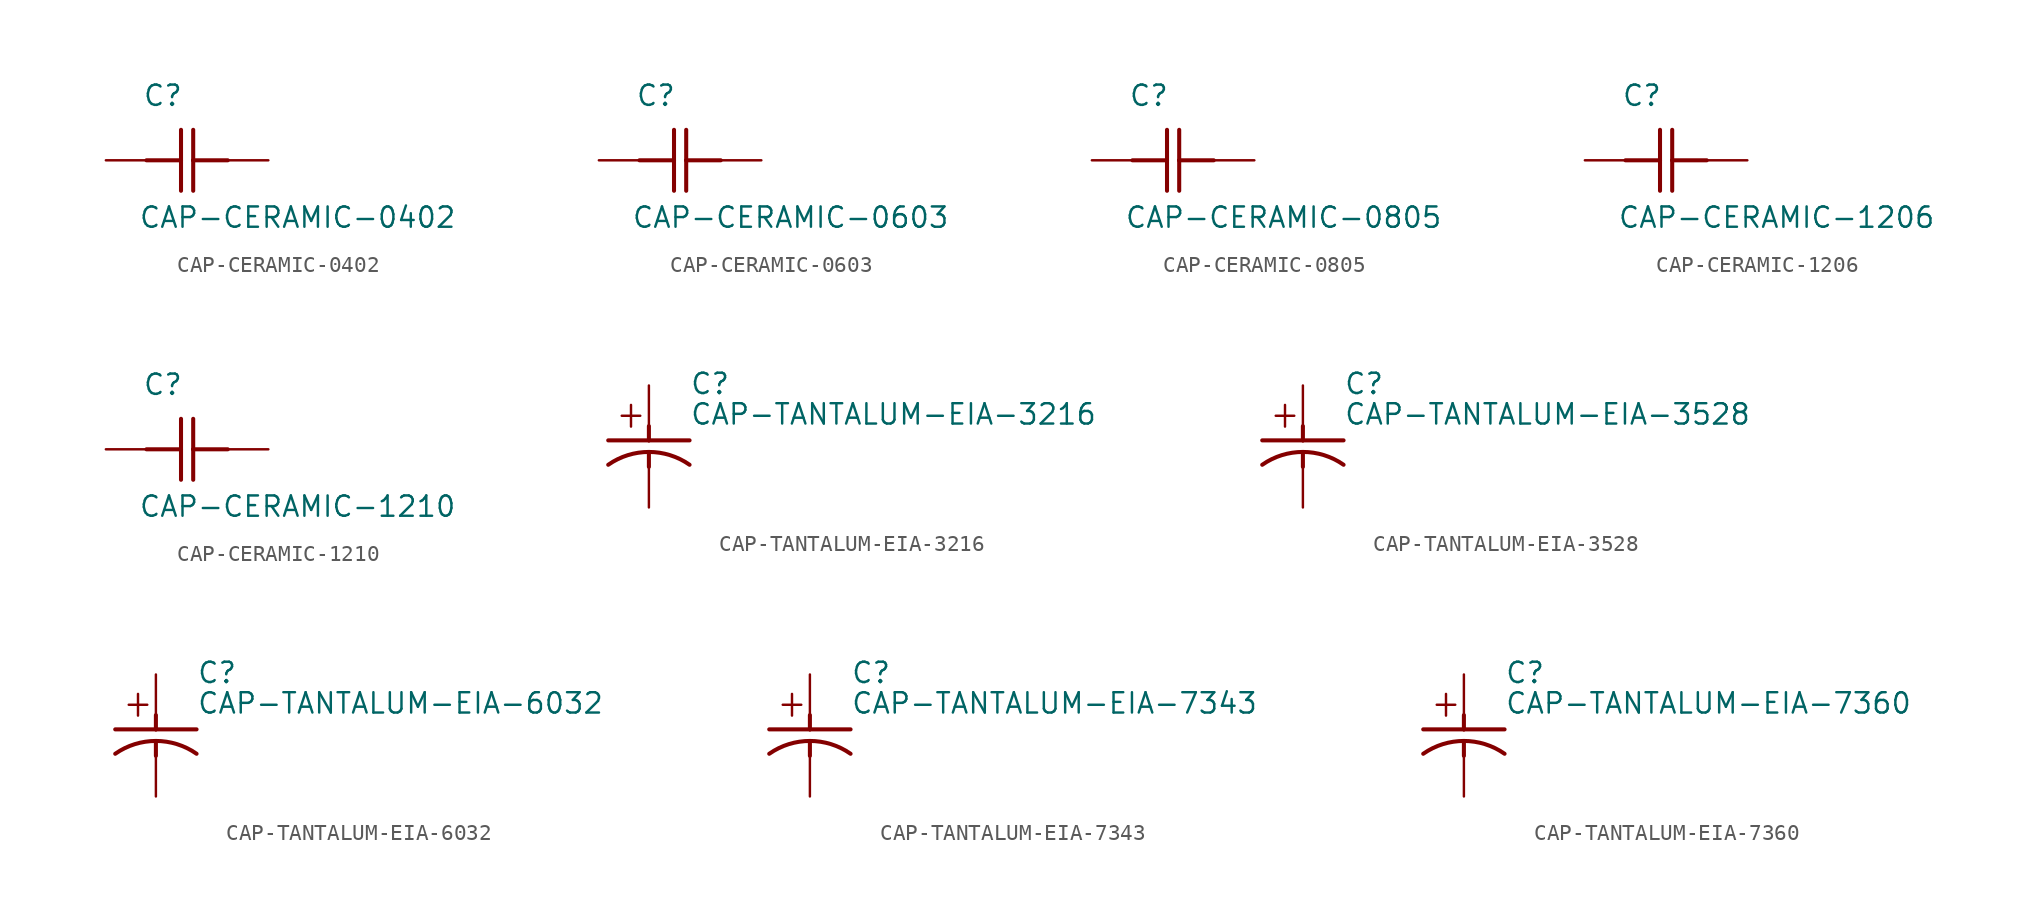
<source format=kicad_sym>
(kicad_symbol_lib
  (version 20211014)
  (generator kicad_symbol_editor)
  (symbol "CAP-CERAMIC-0402"
    (pin_numbers hide)
    (pin_names hide)
    (property "Reference" "C"
      (at -2.794 3.302 0)
      (effects (font (size 1.27 1.27)) (justify left bottom)))
    (property "Value" "CAP-CERAMIC-0402"
      (at -3.048 -4.318 0)
      (effects (font (size 1.27 1.27)) (justify left bottom)))
    (property "Datasheet" ""
      (at 0 0 0))
    (property "ki_description" "CAP 0402  - Ceramic Capacitor   Technical Specifications:    Size: 0402      "
      (at 0 0 0))
    (property "ki_fp_filters" "FlashPCB_Capacitors:CAP-0402"
      (at 0 0 0))
    (symbol "CAP-CERAMIC-0402_1_1"
      (polyline (pts (xy -0.381 1.905) (xy -0.381 0)) (stroke (width 0.254)) (fill (type none)))
      (polyline (pts (xy -0.381 0) (xy -0.381 -1.905)) (stroke (width 0.254)) (fill (type none)))
      (polyline (pts (xy 0.381 1.905) (xy 0.381 0)) (stroke (width 0.254)) (fill (type none)))
      (polyline (pts (xy 0.381 0) (xy 0.381 -1.905)) (stroke (width 0.254)) (fill (type none)))
      (polyline (pts (xy -2.54 0) (xy -0.381 0)) (stroke (width 0.254)) (fill (type none)))
      (polyline (pts (xy 2.54 0) (xy 0.381 0)) (stroke (width 0.254)) (fill (type none)))
      (pin bidirectional line (at -5.08 0 0) (length 2.54) (name "1" (effects (font (size 0 0)))) (number "1" (effects (font (size 0 0)))))
      (pin bidirectional line (at 5.08 0 180) (length 2.54) (name "2" (effects (font (size 0 0)))) (number "2" (effects (font (size 0 0)))))))
  (symbol "CAP-CERAMIC-0603"
    (pin_numbers hide)
    (pin_names hide)
    (property "Reference" "C"
      (at -2.794 3.302 0)
      (effects (font (size 1.27 1.27)) (justify left bottom)))
    (property "Value" "CAP-CERAMIC-0603"
      (at -3.048 -4.318 0)
      (effects (font (size 1.27 1.27)) (justify left bottom)))
    (property "Datasheet" ""
      (at 0 0 0))
    (property "ki_description" "CAP 0603  - Ceramic Capacitor   Technical Specifications:    Size: 0603     "
      (at 0 0 0))
    (property "ki_fp_filters" "FlashPCB_Capacitors:CAP-0603"
      (at 0 0 0))
    (symbol "CAP-CERAMIC-0603_1_1"
      (polyline (pts (xy -0.381 1.905) (xy -0.381 0)) (stroke (width 0.254)) (fill (type none)))
      (polyline (pts (xy -0.381 0) (xy -0.381 -1.905)) (stroke (width 0.254)) (fill (type none)))
      (polyline (pts (xy 0.381 1.905) (xy 0.381 0)) (stroke (width 0.254)) (fill (type none)))
      (polyline (pts (xy 0.381 0) (xy 0.381 -1.905)) (stroke (width 0.254)) (fill (type none)))
      (polyline (pts (xy -2.54 0) (xy -0.381 0)) (stroke (width 0.254)) (fill (type none)))
      (polyline (pts (xy 2.54 0) (xy 0.381 0)) (stroke (width 0.254)) (fill (type none)))
      (pin bidirectional line (at -5.08 0 0) (length 2.54) (name "1" (effects (font (size 0 0)))) (number "1" (effects (font (size 0 0)))))
      (pin bidirectional line (at 5.08 0 180) (length 2.54) (name "2" (effects (font (size 0 0)))) (number "2" (effects (font (size 0 0)))))))
  (symbol "CAP-CERAMIC-0805"
    (pin_numbers hide)
    (pin_names hide)
    (property "Reference" "C"
      (at -2.794 3.302 0)
      (effects (font (size 1.27 1.27)) (justify left bottom)))
    (property "Value" "CAP-CERAMIC-0805"
      (at -3.048 -4.318 0)
      (effects (font (size 1.27 1.27)) (justify left bottom)))
    (property "Datasheet" ""
      (at 0 0 0))
    (property "ki_description" "CAP 0805  - Ceramic Capacitor   Technical Specifications:    Size: 0805     "
      (at 0 0 0))
    (property "ki_fp_filters" "FlashPCB_Capacitors:CAP-0805"
      (at 0 0 0))
    (symbol "CAP-CERAMIC-0805_1_1"
      (polyline (pts (xy -0.381 1.905) (xy -0.381 0)) (stroke (width 0.254)) (fill (type none)))
      (polyline (pts (xy -0.381 0) (xy -0.381 -1.905)) (stroke (width 0.254)) (fill (type none)))
      (polyline (pts (xy 0.381 1.905) (xy 0.381 0)) (stroke (width 0.254)) (fill (type none)))
      (polyline (pts (xy 0.381 0) (xy 0.381 -1.905)) (stroke (width 0.254)) (fill (type none)))
      (polyline (pts (xy -2.54 0) (xy -0.381 0)) (stroke (width 0.254)) (fill (type none)))
      (polyline (pts (xy 2.54 0) (xy 0.381 0)) (stroke (width 0.254)) (fill (type none)))
      (pin bidirectional line (at -5.08 0 0) (length 2.54) (name "1" (effects (font (size 0 0)))) (number "1" (effects (font (size 0 0)))))
      (pin bidirectional line (at 5.08 0 180) (length 2.54) (name "2" (effects (font (size 0 0)))) (number "2" (effects (font (size 0 0)))))))
  (symbol "CAP-CERAMIC-1206"
    (pin_numbers hide)
    (pin_names hide)
    (property "Reference" "C"
      (at -2.794 3.302 0)
      (effects (font (size 1.27 1.27)) (justify left bottom)))
    (property "Value" "CAP-CERAMIC-1206"
      (at -3.048 -4.318 0)
      (effects (font (size 1.27 1.27)) (justify left bottom)))
    (property "Datasheet" ""
      (at 0 0 0))
    (property "ki_description" "CAP 1206  - Ceramic Capacitor   Technical Specifications:    Size: 1206     "
      (at 0 0 0))
    (property "ki_fp_filters" "FlashPCB_Capacitors:CAP-1206"
      (at 0 0 0))
    (symbol "CAP-CERAMIC-1206_1_1"
      (polyline (pts (xy -0.381 1.905) (xy -0.381 0)) (stroke (width 0.254)) (fill (type none)))
      (polyline (pts (xy -0.381 0) (xy -0.381 -1.905)) (stroke (width 0.254)) (fill (type none)))
      (polyline (pts (xy 0.381 1.905) (xy 0.381 0)) (stroke (width 0.254)) (fill (type none)))
      (polyline (pts (xy 0.381 0) (xy 0.381 -1.905)) (stroke (width 0.254)) (fill (type none)))
      (polyline (pts (xy -2.54 0) (xy -0.381 0)) (stroke (width 0.254)) (fill (type none)))
      (polyline (pts (xy 2.54 0) (xy 0.381 0)) (stroke (width 0.254)) (fill (type none)))
      (pin bidirectional line (at -5.08 0 0) (length 2.54) (name "1" (effects (font (size 0 0)))) (number "1" (effects (font (size 0 0)))))
      (pin bidirectional line (at 5.08 0 180) (length 2.54) (name "2" (effects (font (size 0 0)))) (number "2" (effects (font (size 0 0)))))))
  (symbol "CAP-CERAMIC-1210"
    (pin_numbers hide)
    (pin_names hide)
    (property "Reference" "C"
      (at -2.794 3.302 0)
      (effects (font (size 1.27 1.27)) (justify left bottom)))
    (property "Value" "CAP-CERAMIC-1210"
      (at -3.048 -4.318 0)
      (effects (font (size 1.27 1.27)) (justify left bottom)))
    (property "Datasheet" ""
      (at 0 0 0))
    (property "ki_description" "CAP 1210  - Ceramic Capacitor   Technical Specifications:    Size: 1210     "
      (at 0 0 0))
    (property "ki_fp_filters" "FlashPCB_Capacitors:CAP-1210"
      (at 0 0 0))
    (symbol "CAP-CERAMIC-1210_1_1"
      (polyline (pts (xy -0.381 1.905) (xy -0.381 0)) (stroke (width 0.254)) (fill (type none)))
      (polyline (pts (xy -0.381 0) (xy -0.381 -1.905)) (stroke (width 0.254)) (fill (type none)))
      (polyline (pts (xy 0.381 1.905) (xy 0.381 0)) (stroke (width 0.254)) (fill (type none)))
      (polyline (pts (xy 0.381 0) (xy 0.381 -1.905)) (stroke (width 0.254)) (fill (type none)))
      (polyline (pts (xy -2.54 0) (xy -0.381 0)) (stroke (width 0.254)) (fill (type none)))
      (polyline (pts (xy 2.54 0) (xy 0.381 0)) (stroke (width 0.254)) (fill (type none)))
      (pin bidirectional line (at -5.08 0 0) (length 2.54) (name "1" (effects (font (size 0 0)))) (number "1" (effects (font (size 0 0)))))
      (pin bidirectional line (at 5.08 0 180) (length 2.54) (name "2" (effects (font (size 0 0)))) (number "2" (effects (font (size 0 0)))))))
  (symbol "CAP-TANTALUM-EIA-3216"
    (pin_numbers hide)
    (pin_names hide)
    (property "Reference" "C"
      (at 2.54 3.175 0)
      (effects (font (size 1.27 1.27)) (justify left bottom)))
    (property "Value" "CAP-TANTALUM-EIA-3216"
      (at 2.54 1.27 0)
      (effects (font (size 1.27 1.27)) (justify left bottom)))
    (property "Datasheet" ""
      (at 0 0 0))
    (property "ki_fp_filters" "FlashPCB_Capacitors:CAP-EIA-3216"
      (at 0 0 0))
    (symbol "CAP-TANTALUM-EIA-3216_1_1"
      (text "+" (at -2.159 1.016 0) (effects (font (size 1.778 1.52)) (justify left bottom)))
      (polyline (pts (xy 0 1.27) (xy 0 0.381)) (stroke (width 0.254)) (fill (type none)))
      (polyline (pts (xy 0 0.381) (xy 2.54 0.381)) (stroke (width 0.254)) (fill (type none)))
      (polyline (pts (xy 0 0.381) (xy -2.54 0.381)) (stroke (width 0.254)) (fill (type none)))
      (polyline (pts (xy 0 -1.27) (xy 0 -0.381)) (stroke (width 0.254)) (fill (type none)))
      (arc (start 2.54 -1.143) (mid 0 -0.34214107624738177) (end -2.54 -1.143) (stroke (width 0.254) (type default)) (fill (type none)))
      (pin bidirectional line (at 0 3.81 270) (length 2.54) (name "P_1_+" (effects (font (size 0 0)))) (number "ANODE_+" (effects (font (size 0 0)))))
      (pin bidirectional line (at 0 -3.81 90) (length 2.54) (name "P_2_GND" (effects (font (size 0 0)))) (number "CATHODE_-" (effects (font (size 0 0)))))))
  (symbol "CAP-TANTALUM-EIA-3528"
    (pin_numbers hide)
    (pin_names hide)
    (property "Reference" "C"
      (at 2.54 3.175 0)
      (effects (font (size 1.27 1.27)) (justify left bottom)))
    (property "Value" "CAP-TANTALUM-EIA-3528"
      (at 2.54 1.27 0)
      (effects (font (size 1.27 1.27)) (justify left bottom)))
    (property "Datasheet" ""
      (at 0 0 0))
    (property "ki_fp_filters" "FlashPCB_Capacitors:CAP-EIA-3528"
      (at 0 0 0))
    (symbol "CAP-TANTALUM-EIA-3528_1_1"
      (text "+" (at -2.159 1.016 0) (effects (font (size 1.778 1.52)) (justify left bottom)))
      (polyline (pts (xy 0 1.27) (xy 0 0.381)) (stroke (width 0.254)) (fill (type none)))
      (polyline (pts (xy 0 0.381) (xy 2.54 0.381)) (stroke (width 0.254)) (fill (type none)))
      (polyline (pts (xy 0 0.381) (xy -2.54 0.381)) (stroke (width 0.254)) (fill (type none)))
      (polyline (pts (xy 0 -1.27) (xy 0 -0.381)) (stroke (width 0.254)) (fill (type none)))
      (arc (start 2.54 -1.143) (mid 0 -0.34214107624738177) (end -2.54 -1.143) (stroke (width 0.254) (type default)) (fill (type none)))
      (pin bidirectional line (at 0 3.81 270) (length 2.54) (name "P_1_+" (effects (font (size 0 0)))) (number "ANODE_+" (effects (font (size 0 0)))))
      (pin bidirectional line (at 0 -3.81 90) (length 2.54) (name "P_2_GND" (effects (font (size 0 0)))) (number "CATHODE_-" (effects (font (size 0 0)))))))
  (symbol "CAP-TANTALUM-EIA-6032"
    (pin_numbers hide)
    (pin_names hide)
    (property "Reference" "C"
      (at 2.54 3.175 0)
      (effects (font (size 1.27 1.27)) (justify left bottom)))
    (property "Value" "CAP-TANTALUM-EIA-6032"
      (at 2.54 1.27 0)
      (effects (font (size 1.27 1.27)) (justify left bottom)))
    (property "Datasheet" ""
      (at 0 0 0))
    (property "ki_fp_filters" "FlashPCB_Capacitors:CAP-EIA-6032"
      (at 0 0 0))
    (symbol "CAP-TANTALUM-EIA-6032_1_1"
      (text "+" (at -2.159 1.016 0) (effects (font (size 1.778 1.52)) (justify left bottom)))
      (polyline (pts (xy 0 1.27) (xy 0 0.381)) (stroke (width 0.254)) (fill (type none)))
      (polyline (pts (xy 0 0.381) (xy 2.54 0.381)) (stroke (width 0.254)) (fill (type none)))
      (polyline (pts (xy 0 0.381) (xy -2.54 0.381)) (stroke (width 0.254)) (fill (type none)))
      (polyline (pts (xy 0 -1.27) (xy 0 -0.381)) (stroke (width 0.254)) (fill (type none)))
      (arc (start 2.54 -1.143) (mid 0 -0.34214107624738177) (end -2.54 -1.143) (stroke (width 0.254) (type default)) (fill (type none)))
      (pin bidirectional line (at 0 3.81 270) (length 2.54) (name "P_1_+" (effects (font (size 0 0)))) (number "ANODE_+" (effects (font (size 0 0)))))
      (pin bidirectional line (at 0 -3.81 90) (length 2.54) (name "P_2_GND" (effects (font (size 0 0)))) (number "CATHODE_-" (effects (font (size 0 0)))))))
  (symbol "CAP-TANTALUM-EIA-7343"
    (pin_numbers hide)
    (pin_names hide)
    (property "Reference" "C"
      (at 2.54 3.175 0)
      (effects (font (size 1.27 1.27)) (justify left bottom)))
    (property "Value" "CAP-TANTALUM-EIA-7343"
      (at 2.54 1.27 0)
      (effects (font (size 1.27 1.27)) (justify left bottom)))
    (property "Datasheet" ""
      (at 0 0 0))
    (property "ki_fp_filters" "FlashPCB_Capacitors:CAP-EIA-7343"
      (at 0 0 0))
    (symbol "CAP-TANTALUM-EIA-7343_1_1"
      (text "+" (at -2.159 1.016 0) (effects (font (size 1.778 1.52)) (justify left bottom)))
      (polyline (pts (xy 0 1.27) (xy 0 0.381)) (stroke (width 0.254)) (fill (type none)))
      (polyline (pts (xy 0 0.381) (xy 2.54 0.381)) (stroke (width 0.254)) (fill (type none)))
      (polyline (pts (xy 0 0.381) (xy -2.54 0.381)) (stroke (width 0.254)) (fill (type none)))
      (polyline (pts (xy 0 -1.27) (xy 0 -0.381)) (stroke (width 0.254)) (fill (type none)))
      (arc (start 2.54 -1.143) (mid 0 -0.34214107624738177) (end -2.54 -1.143) (stroke (width 0.254) (type default)) (fill (type none)))
      (pin bidirectional line (at 0 3.81 270) (length 2.54) (name "P_1_+" (effects (font (size 0 0)))) (number "ANODE_+" (effects (font (size 0 0)))))
      (pin bidirectional line (at 0 -3.81 90) (length 2.54) (name "P_2_GND" (effects (font (size 0 0)))) (number "CATHODE_-" (effects (font (size 0 0)))))))
  (symbol "CAP-TANTALUM-EIA-7360"
    (pin_numbers hide)
    (pin_names hide)
    (property "Reference" "C"
      (at 2.54 3.175 0)
      (effects (font (size 1.27 1.27)) (justify left bottom)))
    (property "Value" "CAP-TANTALUM-EIA-7360"
      (at 2.54 1.27 0)
      (effects (font (size 1.27 1.27)) (justify left bottom)))
    (property "Datasheet" ""
      (at 0 0 0))
    (property "ki_fp_filters" "FlashPCB_Capacitors:CAP-EIA-7360"
      (at 0 0 0))
    (symbol "CAP-TANTALUM-EIA-7360_1_1"
      (text "+" (at -2.159 1.016 0) (effects (font (size 1.778 1.52)) (justify left bottom)))
      (polyline (pts (xy 0 1.27) (xy 0 0.381)) (stroke (width 0.254)) (fill (type none)))
      (polyline (pts (xy 0 0.381) (xy 2.54 0.381)) (stroke (width 0.254)) (fill (type none)))
      (polyline (pts (xy 0 0.381) (xy -2.54 0.381)) (stroke (width 0.254)) (fill (type none)))
      (polyline (pts (xy 0 -1.27) (xy 0 -0.381)) (stroke (width 0.254)) (fill (type none)))
      (arc (start 2.54 -1.143) (mid 0 -0.34214107624738177) (end -2.54 -1.143) (stroke (width 0.254) (type default)) (fill (type none)))
      (pin bidirectional line (at 0 3.81 270) (length 2.54) (name "P_1_+" (effects (font (size 0 0)))) (number "ANODE_+" (effects (font (size 0 0)))))
      (pin bidirectional line (at 0 -3.81 90) (length 2.54) (name "P_2_GND" (effects (font (size 0 0)))) (number "CATHODE_-" (effects (font (size 0 0))))))))
</source>
